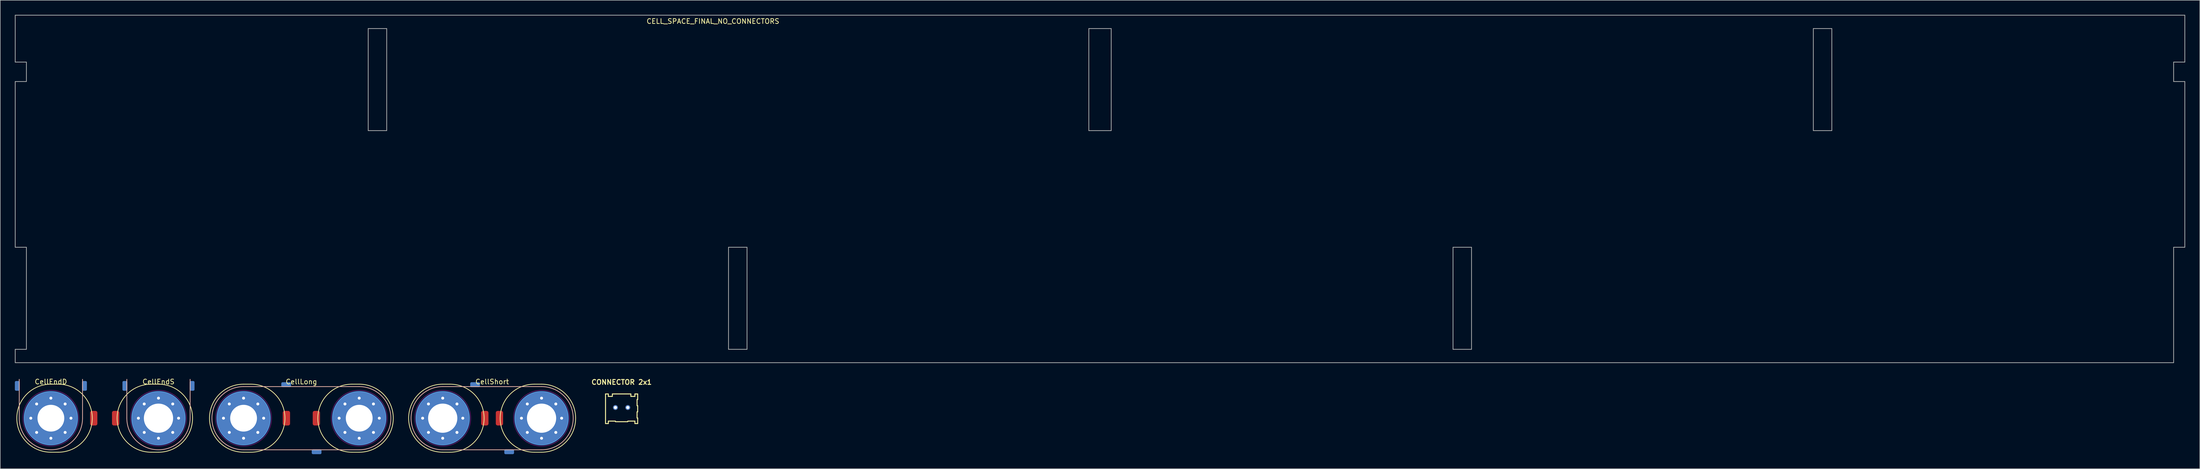
<source format=kicad_pcb>
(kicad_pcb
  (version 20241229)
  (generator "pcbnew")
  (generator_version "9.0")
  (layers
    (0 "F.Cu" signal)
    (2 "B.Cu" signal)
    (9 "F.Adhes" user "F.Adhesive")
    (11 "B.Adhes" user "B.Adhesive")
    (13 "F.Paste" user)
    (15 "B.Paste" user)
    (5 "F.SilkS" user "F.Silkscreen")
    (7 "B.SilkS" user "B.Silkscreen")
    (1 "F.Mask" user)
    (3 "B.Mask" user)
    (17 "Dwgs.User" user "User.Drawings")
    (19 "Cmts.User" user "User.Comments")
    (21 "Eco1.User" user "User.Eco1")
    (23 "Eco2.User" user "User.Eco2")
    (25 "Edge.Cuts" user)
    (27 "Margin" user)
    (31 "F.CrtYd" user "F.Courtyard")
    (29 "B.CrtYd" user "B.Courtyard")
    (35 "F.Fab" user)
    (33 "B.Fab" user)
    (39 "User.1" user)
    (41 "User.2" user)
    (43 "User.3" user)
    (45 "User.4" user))
  (footprint "CellLong"
    (layer "F.Cu")
    (at 58.85 82.998)
    (property "Reference" "CellLong" (at 0 -7.5 0) (layer "F.SilkS") (effects (font (size 1 1) (thickness 0.15))))
    (attr exclude_from_pos_files exclude_from_bom)
    (fp_line (start -11.875 -7) (end -10.375 -7) (stroke (width 0.15) (type solid)) (layer "F.SilkS"))
    (fp_line (start -11.875 7) (end -10.375 7) (stroke (width 0.15) (type solid)) (layer "F.SilkS"))
    (fp_line (start 10.375 -7) (end 11.875 -7) (stroke (width 0.15) (type solid)) (layer "F.SilkS"))
    (fp_line (start 10.375 7) (end 11.875 7) (stroke (width 0.15) (type solid)) (layer "F.SilkS"))
    (fp_arc (start -11.875 7) (mid -18.875 0) (end -11.875 -7) (stroke (width 0.15) (type solid)) (layer "F.SilkS"))
    (fp_arc (start -10.375 -7) (mid -3.375 0) (end -10.375 7) (stroke (width 0.15) (type solid)) (layer "F.SilkS"))
    (fp_arc (start 10.375 7) (mid 3.375 0) (end 10.375 -7) (stroke (width 0.15) (type solid)) (layer "F.SilkS"))
    (fp_arc (start 11.875 -7) (mid 18.875 0) (end 11.875 7) (stroke (width 0.15) (type solid)) (layer "F.SilkS"))
    (fp_line (start -11.875 -6.5) (end 11.875 -6.5) (stroke (width 0.15) (type solid)) (layer "B.SilkS"))
    (fp_line (start -11.875 6.5) (end 11.875 6.5) (stroke (width 0.15) (type solid)) (layer "B.SilkS"))
    (fp_arc (start -11.875 6.5) (mid -18.375 0) (end -11.875 -6.5) (stroke (width 0.15) (type solid)) (layer "B.SilkS"))
    (fp_arc (start 11.875 -6.5) (mid 18.375 0) (end 11.875 6.5) (stroke (width 0.15) (type solid)) (layer "B.SilkS"))
    (fp_circle (center -11.875 0) (end -6.375 0) (stroke (width 0.15) (type solid)) (fill no) (layer "Cmts.User"))
    (fp_circle (center 11.875 0) (end 17.375 0) (stroke (width 0.15) (type solid)) (fill no) (layer "Cmts.User"))
    (fp_circle (center -11.875 0) (end -6.125 0) (stroke (width 0.05) (type solid)) (fill no) (layer "F.CrtYd"))
    (fp_circle (center 11.875 0) (end 17.625 0) (stroke (width 0.05) (type solid)) (fill no) (layer "F.CrtYd"))
    (pad "" thru_hole circle (at -16 0) (size 0.9 0.9) (drill 0.6) (layers "*.Cu" "*.Mask"))
    (pad "" thru_hole circle (at -14.802 -2.927) (size 0.9 0.9) (drill 0.6) (layers "*.Cu" "*.Mask"))
    (pad "" thru_hole circle (at -14.802 2.927) (size 0.9 0.9) (drill 0.6) (layers "*.Cu" "*.Mask"))
    (pad "" thru_hole circle (at -11.875 -4.125) (size 0.9 0.9) (drill 0.6) (layers "*.Cu" "*.Mask"))
    (pad "" thru_hole circle (at -11.875 0) (size 11 11) (drill 5.5) (layers "*.Cu" "*.Mask"))
    (pad "" thru_hole circle (at -11.875 4.125) (size 0.9 0.9) (drill 0.6) (layers "*.Cu" "*.Mask"))
    (pad "" thru_hole circle (at -8.948 -2.927) (size 0.9 0.9) (drill 0.6) (layers "*.Cu" "*.Mask"))
    (pad "" thru_hole circle (at -8.948 2.927) (size 0.9 0.9) (drill 0.6) (layers "*.Cu" "*.Mask"))
    (pad "" thru_hole circle (at -7.75 0) (size 0.9 0.9) (drill 0.6) (layers "*.Cu" "*.Mask"))
    (pad "" smd roundrect (at -3.125 -6.9) (size 2 1) (layers "B.Cu" "B.Mask") (roundrect_rratio 0.25))
    (pad "" smd roundrect (at -3.075 0 90) (size 3 1.5) (layers "F.Cu" "F.Mask") (roundrect_rratio 0.25))
    (pad "" smd roundrect (at 3.075 0 90) (size 3 1.5) (layers "F.Cu" "F.Mask") (roundrect_rratio 0.25))
    (pad "" smd roundrect (at 3.125 6.9) (size 2 1) (layers "B.Cu" "B.Mask") (roundrect_rratio 0.25))
    (pad "1" thru_hole circle (at 7.75 0) (size 0.9 0.9) (drill 0.6) (layers "*.Cu" "*.Mask"))
    (pad "1" thru_hole circle (at 8.948 -2.927) (size 0.9 0.9) (drill 0.6) (layers "*.Cu" "*.Mask"))
    (pad "1" thru_hole circle (at 8.948 2.927) (size 0.9 0.9) (drill 0.6) (layers "*.Cu" "*.Mask"))
    (pad "1" thru_hole circle (at 11.875 -4.125) (size 0.9 0.9) (drill 0.6) (layers "*.Cu" "*.Mask"))
    (pad "1" thru_hole circle (at 11.875 0) (size 11 11) (drill 5.5) (layers "*.Cu" "*.Mask"))
    (pad "1" thru_hole circle (at 11.875 4.125) (size 0.9 0.9) (drill 0.6) (layers "*.Cu" "*.Mask"))
    (pad "1" thru_hole circle (at 14.802 -2.927) (size 0.9 0.9) (drill 0.6) (layers "*.Cu" "*.Mask"))
    (pad "1" thru_hole circle (at 14.802 2.927) (size 0.9 0.9) (drill 0.6) (layers "*.Cu" "*.Mask"))
    (pad "1" thru_hole circle (at 16 0) (size 0.9 0.9) (drill 0.6) (layers "*.Cu" "*.Mask")))
  (footprint "CellShort"
    (layer "F.Cu")
    (at 98.025 82.998)
    (property "Reference" "CellShort" (at 0 -7.5 0) (layer "F.SilkS") (effects (font (size 1 1) (thickness 0.15))))
    (attr exclude_from_pos_files exclude_from_bom)
    (fp_line (start -10.15 -7) (end -8.65 -7) (stroke (width 0.15) (type solid)) (layer "F.SilkS"))
    (fp_line (start -10.15 7) (end -8.65 7) (stroke (width 0.15) (type solid)) (layer "F.SilkS"))
    (fp_line (start 8.65 -7) (end 10.15 -7) (stroke (width 0.15) (type solid)) (layer "F.SilkS"))
    (fp_line (start 8.65 7) (end 10.15 7) (stroke (width 0.15) (type solid)) (layer "F.SilkS"))
    (fp_arc (start -10.15 7) (mid -17.15 0) (end -10.15 -7) (stroke (width 0.15) (type solid)) (layer "F.SilkS"))
    (fp_arc (start -8.65 -7) (mid -1.65 0) (end -8.65 7) (stroke (width 0.15) (type solid)) (layer "F.SilkS"))
    (fp_arc (start 8.65 7) (mid 1.65 0) (end 8.65 -7) (stroke (width 0.15) (type solid)) (layer "F.SilkS"))
    (fp_arc (start 10.15 -7) (mid 17.15 0) (end 10.15 7) (stroke (width 0.15) (type solid)) (layer "F.SilkS"))
    (fp_line (start -10.15 -6.5) (end 10.15 -6.5) (stroke (width 0.15) (type solid)) (layer "B.SilkS"))
    (fp_line (start -10.15 6.5) (end 10.15 6.5) (stroke (width 0.15) (type solid)) (layer "B.SilkS"))
    (fp_arc (start -10.15 6.5) (mid -16.65 0) (end -10.15 -6.5) (stroke (width 0.15) (type solid)) (layer "B.SilkS"))
    (fp_arc (start 10.15 -6.5) (mid 16.65 0) (end 10.15 6.5) (stroke (width 0.15) (type solid)) (layer "B.SilkS"))
    (fp_circle (center -10.15 0) (end -4.65 0) (stroke (width 0.15) (type solid)) (fill no) (layer "Cmts.User"))
    (fp_circle (center 10.15 0) (end 15.65 0) (stroke (width 0.15) (type solid)) (fill no) (layer "Cmts.User"))
    (fp_circle (center -10.15 0) (end -4.4 0) (stroke (width 0.05) (type solid)) (fill no) (layer "F.CrtYd"))
    (fp_circle (center 10.15 0) (end 15.9 0) (stroke (width 0.05) (type solid)) (fill no) (layer "F.CrtYd"))
    (pad "" smd roundrect (at -3.5 -6.9) (size 2 1) (layers "B.Cu" "B.Mask") (roundrect_rratio 0.25))
    (pad "" smd roundrect (at -1.5 0 90) (size 3 1.5) (layers "F.Cu" "F.Mask") (roundrect_rratio 0.25))
    (pad "" smd roundrect (at 1.5 0 90) (size 3 1.5) (layers "F.Cu" "F.Mask") (roundrect_rratio 0.25))
    (pad "" smd roundrect (at 3.5 6.9) (size 2 1) (layers "B.Cu" "B.Mask") (roundrect_rratio 0.25))
    (pad "" thru_hole circle (at 6.025 0) (size 0.9 0.9) (drill 0.6) (layers "*.Cu" "*.Mask"))
    (pad "" thru_hole circle (at 7.223 -2.927) (size 0.9 0.9) (drill 0.6) (layers "*.Cu" "*.Mask"))
    (pad "" thru_hole circle (at 7.223 2.927) (size 0.9 0.9) (drill 0.6) (layers "*.Cu" "*.Mask"))
    (pad "" thru_hole circle (at 10.15 -4.125) (size 0.9 0.9) (drill 0.6) (layers "*.Cu" "*.Mask"))
    (pad "" thru_hole circle (at 10.15 0) (size 11 11) (drill 6) (layers "*.Cu" "*.Mask"))
    (pad "" thru_hole circle (at 10.15 4.125) (size 0.9 0.9) (drill 0.6) (layers "*.Cu" "*.Mask"))
    (pad "" thru_hole circle (at 13.077 -2.927) (size 0.9 0.9) (drill 0.6) (layers "*.Cu" "*.Mask"))
    (pad "" thru_hole circle (at 13.077 2.927) (size 0.9 0.9) (drill 0.6) (layers "*.Cu" "*.Mask"))
    (pad "" thru_hole circle (at 14.275 0) (size 0.9 0.9) (drill 0.6) (layers "*.Cu" "*.Mask"))
    (pad "1" thru_hole circle (at -14.275 0) (size 0.9 0.9) (drill 0.6) (layers "*.Cu" "*.Mask"))
    (pad "1" thru_hole circle (at -13.077 -2.927) (size 0.9 0.9) (drill 0.6) (layers "*.Cu" "*.Mask"))
    (pad "1" thru_hole circle (at -13.077 2.927) (size 0.9 0.9) (drill 0.6) (layers "*.Cu" "*.Mask"))
    (pad "1" thru_hole circle (at -10.15 -4.125) (size 0.9 0.9) (drill 0.6) (layers "*.Cu" "*.Mask"))
    (pad "1" thru_hole circle (at -10.15 0) (size 11 11) (drill 6) (layers "*.Cu" "*.Mask"))
    (pad "1" thru_hole circle (at -10.15 4.125) (size 0.9 0.9) (drill 0.6) (layers "*.Cu" "*.Mask"))
    (pad "1" thru_hole circle (at -7.223 -2.927) (size 0.9 0.9) (drill 0.6) (layers "*.Cu" "*.Mask"))
    (pad "1" thru_hole circle (at -7.223 2.927) (size 0.9 0.9) (drill 0.6) (layers "*.Cu" "*.Mask"))
    (pad "1" thru_hole circle (at -6.025 0) (size 0.9 0.9) (drill 0.6) (layers "*.Cu" "*.Mask")))
  (footprint "CellEndS"
    (layer "F.Cu")
    (at 29.5 82.998)
    (property "Reference" "CellEndS" (at 0 -7.5 0) (layer "F.SilkS") (effects (font (size 1 1) (thickness 0.15))))
    (attr exclude_from_pos_files exclude_from_bom)
    (fp_line (start -1.5 -7) (end 0 -7) (stroke (width 0.15) (type solid)) (layer "F.SilkS"))
    (fp_line (start -1.5 7) (end 0 7) (stroke (width 0.15) (type solid)) (layer "F.SilkS"))
    (fp_arc (start -1.5 7) (mid -8.5 0) (end -1.5 -7) (stroke (width 0.15) (type solid)) (layer "F.SilkS"))
    (fp_arc (start 0 -7) (mid 7 0) (end 0 7) (stroke (width 0.15) (type solid)) (layer "F.SilkS"))
    (fp_line (start -6.5 0) (end -6.5 -8) (stroke (width 0.15) (type solid)) (layer "B.SilkS"))
    (fp_line (start 6.5 0) (end 6.5 -8) (stroke (width 0.15) (type solid)) (layer "B.SilkS"))
    (fp_arc (start 6.5 0) (mid 0 6.5) (end -6.5 0) (stroke (width 0.15) (type solid)) (layer "B.SilkS"))
    (fp_circle (center 0 0) (end 5.5 0) (stroke (width 0.15) (type solid)) (fill no) (layer "Cmts.User"))
    (fp_circle (center 0 0) (end 5.75 0) (stroke (width 0.05) (type solid)) (fill no) (layer "F.CrtYd"))
    (pad "" smd roundrect (at -8.8 0 90) (size 3 1.5) (layers "F.Cu" "F.Mask") (roundrect_rratio 0.25))
    (pad "" smd roundrect (at -6.9 -6.65 90) (size 2 1) (layers "B.Cu" "B.Mask") (roundrect_rratio 0.25))
    (pad "" smd roundrect (at 6.9 -6.65 90) (size 2 1) (layers "B.Cu" "B.Mask") (roundrect_rratio 0.25))
    (pad "1" thru_hole circle (at -4.125 0) (size 0.9 0.9) (drill 0.6) (layers "*.Cu" "*.Mask"))
    (pad "1" thru_hole circle (at -2.927 -2.927) (size 0.9 0.9) (drill 0.6) (layers "*.Cu" "*.Mask"))
    (pad "1" thru_hole circle (at -2.927 2.927) (size 0.9 0.9) (drill 0.6) (layers "*.Cu" "*.Mask"))
    (pad "1" thru_hole circle (at 0 -4.125) (size 0.9 0.9) (drill 0.6) (layers "*.Cu" "*.Mask"))
    (pad "1" thru_hole circle (at 0 0) (size 11 11) (drill 6) (layers "*.Cu" "*.Mask"))
    (pad "1" thru_hole circle (at 0 4.125) (size 0.9 0.9) (drill 0.6) (layers "*.Cu" "*.Mask"))
    (pad "1" thru_hole circle (at 2.927 -2.927) (size 0.9 0.9) (drill 0.6) (layers "*.Cu" "*.Mask"))
    (pad "1" thru_hole circle (at 2.927 2.927) (size 0.9 0.9) (drill 0.6) (layers "*.Cu" "*.Mask"))
    (pad "1" thru_hole circle (at 4.125 0) (size 0.9 0.9) (drill 0.6) (layers "*.Cu" "*.Mask")))
  (footprint "CELL_SPACE_FINAL_NO_CONNECTORS"
    (layer "F.Cu")
    (at 222.875 35.825)
    (property "Reference" "CELL_SPACE_FINAL_NO_CONNECTORS" (at -79.5 -34.5 180) (layer "F.SilkS") (effects (font (size 1 1) (thickness 0.153))))
    (attr through_hole)
    (fp_line (start -222.8 -35.75) (end -222.8 -26.1) (stroke (width 0.15) (type solid)) (layer "F.Fab"))
    (fp_line (start -222.8 -26.1) (end -220.5 -26.1) (stroke (width 0.15) (type solid)) (layer "F.Fab"))
    (fp_line (start -222.8 -22.1) (end -222.8 12) (stroke (width 0.15) (type solid)) (layer "F.Fab"))
    (fp_line (start -222.8 12) (end -220.5 12) (stroke (width 0.15) (type solid)) (layer "F.Fab"))
    (fp_line (start -222.8 33) (end -222.8 35.75) (stroke (width 0.15) (type solid)) (layer "F.Fab"))
    (fp_line (start -222.8 35.75) (end 220.5 35.75) (stroke (width 0.15) (type solid)) (layer "F.Fab"))
    (fp_line (start -220.5 -26.1) (end -220.5 -22.1) (stroke (width 0.15) (type solid)) (layer "F.Fab"))
    (fp_line (start -220.5 -22.1) (end -222.8 -22.1) (stroke (width 0.15) (type solid)) (layer "F.Fab"))
    (fp_line (start -220.5 12) (end -220.5 33) (stroke (width 0.15) (type solid)) (layer "F.Fab"))
    (fp_line (start -220.5 33) (end -222.8 33) (stroke (width 0.15) (type solid)) (layer "F.Fab"))
    (fp_line (start -150.3 -33) (end -146.5 -33) (stroke (width 0.15) (type solid)) (layer "F.Fab"))
    (fp_line (start -150.3 -12) (end -150.3 -33) (stroke (width 0.15) (type solid)) (layer "F.Fab"))
    (fp_line (start -146.5 -33) (end -146.5 -12) (stroke (width 0.15) (type solid)) (layer "F.Fab"))
    (fp_line (start -146.5 -12) (end -150.3 -12) (stroke (width 0.15) (type solid)) (layer "F.Fab"))
    (fp_line (start -76.3 12) (end -72.5 12) (stroke (width 0.15) (type solid)) (layer "F.Fab"))
    (fp_line (start -76.3 33) (end -76.3 12) (stroke (width 0.15) (type solid)) (layer "F.Fab"))
    (fp_line (start -72.5 12) (end -72.5 33) (stroke (width 0.15) (type solid)) (layer "F.Fab"))
    (fp_line (start -72.5 33) (end -76.3 33) (stroke (width 0.15) (type solid)) (layer "F.Fab"))
    (fp_line (start -2.3 -33) (end 2.3 -33) (stroke (width 0.15) (type solid)) (layer "F.Fab"))
    (fp_line (start -2.3 -12) (end -2.3 -33) (stroke (width 0.15) (type solid)) (layer "F.Fab"))
    (fp_line (start 2.3 -33) (end 2.3 -12) (stroke (width 0.15) (type solid)) (layer "F.Fab"))
    (fp_line (start 2.3 -12) (end -2.3 -12) (stroke (width 0.15) (type solid)) (layer "F.Fab"))
    (fp_line (start 72.5 12) (end 76.3 12) (stroke (width 0.15) (type solid)) (layer "F.Fab"))
    (fp_line (start 72.5 33) (end 72.5 12) (stroke (width 0.15) (type solid)) (layer "F.Fab"))
    (fp_line (start 76.3 12) (end 76.3 33) (stroke (width 0.15) (type solid)) (layer "F.Fab"))
    (fp_line (start 76.3 33) (end 72.5 33) (stroke (width 0.15) (type solid)) (layer "F.Fab"))
    (fp_line (start 146.5 -33) (end 150.3 -33) (stroke (width 0.15) (type solid)) (layer "F.Fab"))
    (fp_line (start 146.5 -12) (end 146.5 -33) (stroke (width 0.15) (type solid)) (layer "F.Fab"))
    (fp_line (start 150.3 -33) (end 150.3 -12) (stroke (width 0.15) (type solid)) (layer "F.Fab"))
    (fp_line (start 150.3 -12) (end 146.5 -12) (stroke (width 0.15) (type solid)) (layer "F.Fab"))
    (fp_line (start 220.5 -26.1) (end 222.8 -26.1) (stroke (width 0.15) (type solid)) (layer "F.Fab"))
    (fp_line (start 220.5 -22.1) (end 220.5 -26.1) (stroke (width 0.15) (type solid)) (layer "F.Fab"))
    (fp_line (start 220.5 12) (end 222.8 12) (stroke (width 0.15) (type solid)) (layer "F.Fab"))
    (fp_line (start 220.5 35.75) (end 220.5 12) (stroke (width 0.15) (type solid)) (layer "F.Fab"))
    (fp_line (start 222.8 -35.75) (end -222.8 -35.75) (stroke (width 0.15) (type solid)) (layer "F.Fab"))
    (fp_line (start 222.8 -26.1) (end 222.8 -35.75) (stroke (width 0.15) (type solid)) (layer "F.Fab"))
    (fp_line (start 222.8 -22.1) (end 220.5 -22.1) (stroke (width 0.15) (type solid)) (layer "F.Fab"))
    (fp_line (start 222.8 12) (end 222.8 -22.1) (stroke (width 0.15) (type solid)) (layer "F.Fab")))
  (footprint "CellEndD"
    (layer "F.Cu")
    (at 7.4 82.998)
    (property "Reference" "CellEndD" (at 0 -7.5 0) (layer "F.SilkS") (effects (font (size 1 1) (thickness 0.15))))
    (attr exclude_from_pos_files exclude_from_bom)
    (fp_line (start 0 -7) (end 1.5 -7) (stroke (width 0.15) (type solid)) (layer "F.SilkS"))
    (fp_line (start 0 7) (end 1.5 7) (stroke (width 0.15) (type solid)) (layer "F.SilkS"))
    (fp_arc (start 0 7) (mid -7 0) (end 0 -7) (stroke (width 0.15) (type solid)) (layer "F.SilkS"))
    (fp_arc (start 1.5 -7) (mid 8.5 0) (end 1.5 7) (stroke (width 0.15) (type solid)) (layer "F.SilkS"))
    (fp_line (start -6.5 0) (end -6.5 -8) (stroke (width 0.15) (type solid)) (layer "B.SilkS"))
    (fp_line (start 6.5 0) (end 6.5 -8) (stroke (width 0.15) (type solid)) (layer "B.SilkS"))
    (fp_arc (start 6.5 0) (mid 0 6.5) (end -6.5 0) (stroke (width 0.15) (type solid)) (layer "B.SilkS"))
    (fp_circle (center 0 0) (end 5.5 0) (stroke (width 0.15) (type solid)) (fill no) (layer "Cmts.User"))
    (fp_circle (center 0 0) (end 5.75 0) (stroke (width 0.05) (type solid)) (fill no) (layer "F.CrtYd"))
    (pad "" smd roundrect (at -6.9 -6.65 90) (size 2 1) (layers "B.Cu" "B.Mask") (roundrect_rratio 0.25))
    (pad "" smd roundrect (at 6.9 -6.65 90) (size 2 1) (layers "B.Cu" "B.Mask") (roundrect_rratio 0.25))
    (pad "" smd roundrect (at 8.8 0 90) (size 3 1.5) (layers "F.Cu" "F.Mask") (roundrect_rratio 0.25))
    (pad "1" thru_hole circle (at -4.125 0) (size 0.9 0.9) (drill 0.6) (layers "*.Cu" "*.Mask"))
    (pad "1" thru_hole circle (at -2.927 -2.927) (size 0.9 0.9) (drill 0.6) (layers "*.Cu" "*.Mask"))
    (pad "1" thru_hole circle (at -2.927 2.927) (size 0.9 0.9) (drill 0.6) (layers "*.Cu" "*.Mask"))
    (pad "1" thru_hole circle (at 0 -4.125) (size 0.9 0.9) (drill 0.6) (layers "*.Cu" "*.Mask"))
    (pad "1" thru_hole circle (at 0 0) (size 11 11) (drill 5.5) (layers "*.Cu" "*.Mask"))
    (pad "1" thru_hole circle (at 0 4.125) (size 0.9 0.9) (drill 0.6) (layers "*.Cu" "*.Mask"))
    (pad "1" thru_hole circle (at 2.927 -2.927) (size 0.9 0.9) (drill 0.6) (layers "*.Cu" "*.Mask"))
    (pad "1" thru_hole circle (at 2.927 2.927) (size 0.9 0.9) (drill 0.6) (layers "*.Cu" "*.Mask"))
    (pad "1" thru_hole circle (at 4.125 0) (size 0.9 0.9) (drill 0.6) (layers "*.Cu" "*.Mask")))
  (footprint "CONNECTOR 2x1"
    (layer "F.Cu")
    (at 124.617 80.801)
    (property "Reference" "CONNECTOR 2x1" (at 0 -5.215 0) (layer "F.SilkS") (effects (font (size 1 1) (thickness 0.2))))
    (attr through_hole)
    (fp_line (start -3.302 -2.794) (end -3.302 3.302) (stroke (width 0.2) (type solid)) (layer "F.SilkS"))
    (fp_line (start -2.731 -2.794) (end -3.302 -2.794) (stroke (width 0.2) (type solid)) (layer "F.SilkS"))
    (fp_line (start -2.731 -2.286) (end -2.731 -2.794) (stroke (width 0.2) (type solid)) (layer "F.SilkS"))
    (fp_line (start -2.731 2.794) (end -1.27 2.794) (stroke (width 0.2) (type solid)) (layer "F.SilkS"))
    (fp_line (start -2.731 3.302) (end -3.302 3.302) (stroke (width 0.2) (type solid)) (layer "F.SilkS"))
    (fp_line (start -2.731 3.302) (end -2.731 2.794) (stroke (width 0.2) (type solid)) (layer "F.SilkS"))
    (fp_line (start -1.905 -2.794) (end -1.905 -2.286) (stroke (width 0.2) (type solid)) (layer "F.SilkS"))
    (fp_line (start -1.905 -2.286) (end -2.731 -2.286) (stroke (width 0.2) (type solid)) (layer "F.SilkS"))
    (fp_line (start 1.27 2.794) (end 2.731 2.794) (stroke (width 0.2) (type solid)) (layer "F.SilkS"))
    (fp_line (start 1.27 2.921) (end -1.27 2.921) (stroke (width 0.2) (type solid)) (layer "F.SilkS"))
    (fp_line (start 1.905 -2.794) (end -1.905 -2.794) (stroke (width 0.2) (type solid)) (layer "F.SilkS"))
    (fp_line (start 1.905 -2.286) (end 1.905 -2.794) (stroke (width 0.2) (type solid)) (layer "F.SilkS"))
    (fp_line (start 2.731 -2.794) (end 2.731 -2.286) (stroke (width 0.2) (type solid)) (layer "F.SilkS"))
    (fp_line (start 2.731 -2.286) (end 1.905 -2.286) (stroke (width 0.2) (type solid)) (layer "F.SilkS"))
    (fp_line (start 2.731 2.794) (end 2.731 3.302) (stroke (width 0.2) (type solid)) (layer "F.SilkS"))
    (fp_line (start 3.175 -1.651) (end 3.175 -0.381) (stroke (width 0.2) (type solid)) (layer "F.SilkS"))
    (fp_line (start 3.175 -0.381) (end 3.302 -0.381) (stroke (width 0.2) (type solid)) (layer "F.SilkS"))
    (fp_line (start 3.175 0.889) (end 3.175 2.159) (stroke (width 0.2) (type solid)) (layer "F.SilkS"))
    (fp_line (start 3.175 2.159) (end 3.302 2.159) (stroke (width 0.2) (type solid)) (layer "F.SilkS"))
    (fp_line (start 3.302 -2.794) (end 2.731 -2.794) (stroke (width 0.2) (type solid)) (layer "F.SilkS"))
    (fp_line (start 3.302 -2.794) (end 3.302 -1.651) (stroke (width 0.2) (type solid)) (layer "F.SilkS"))
    (fp_line (start 3.302 -1.651) (end 3.175 -1.651) (stroke (width 0.2) (type solid)) (layer "F.SilkS"))
    (fp_line (start 3.302 -0.381) (end 3.302 0.889) (stroke (width 0.2) (type solid)) (layer "F.SilkS"))
    (fp_line (start 3.302 0.889) (end 3.175 0.889) (stroke (width 0.2) (type solid)) (layer "F.SilkS"))
    (fp_line (start 3.302 2.159) (end 3.302 3.302) (stroke (width 0.2) (type solid)) (layer "F.SilkS"))
    (fp_line (start 3.302 3.302) (end 2.731 3.302) (stroke (width 0.2) (type solid)) (layer "F.SilkS"))
    (pad "1" thru_hole circle (at -1.27 0) (size 1.016 1.016) (drill 0.635) (layers "*.Cu" "*.Mask"))
    (pad "2" thru_hole circle (at 1.27 0) (size 1.016 1.016) (drill 0.635) (layers "*.Cu" "*.Mask")))
  (gr_rect
    (start -3 -3)
    (end 448.75 93.398)
    (stroke (width 0.1) (type default))
    (fill no)
    (layer "Edge.Cuts")))
</source>
